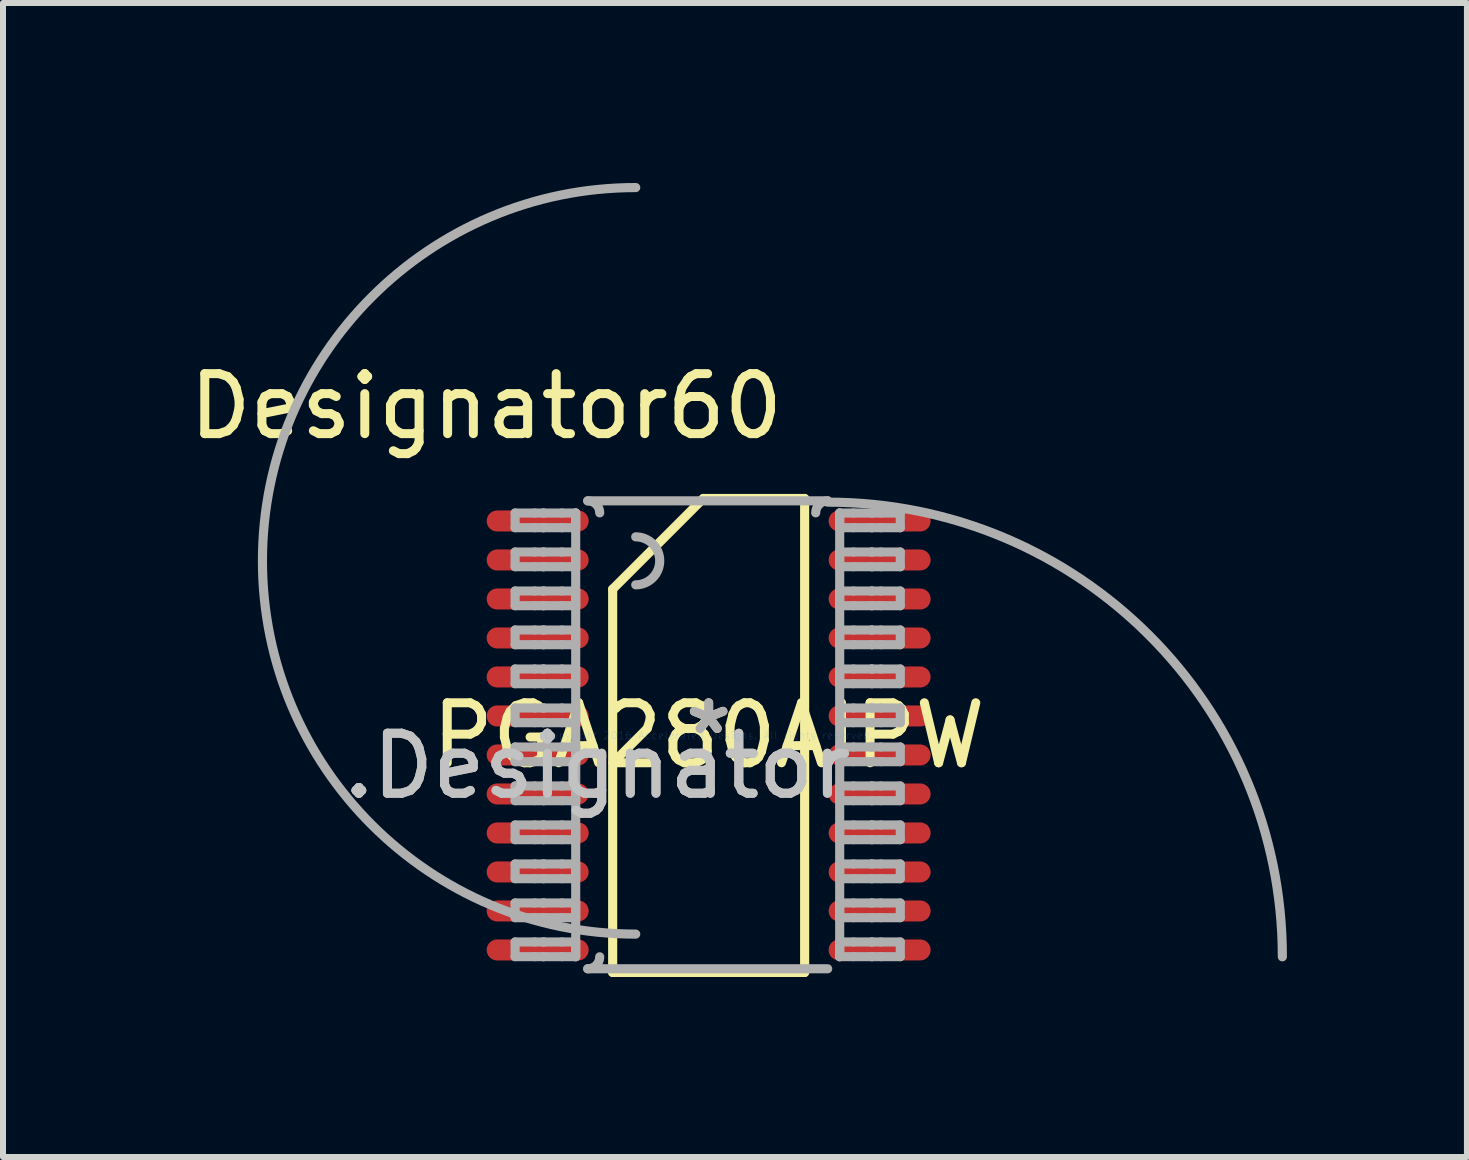
<source format=kicad_pcb>
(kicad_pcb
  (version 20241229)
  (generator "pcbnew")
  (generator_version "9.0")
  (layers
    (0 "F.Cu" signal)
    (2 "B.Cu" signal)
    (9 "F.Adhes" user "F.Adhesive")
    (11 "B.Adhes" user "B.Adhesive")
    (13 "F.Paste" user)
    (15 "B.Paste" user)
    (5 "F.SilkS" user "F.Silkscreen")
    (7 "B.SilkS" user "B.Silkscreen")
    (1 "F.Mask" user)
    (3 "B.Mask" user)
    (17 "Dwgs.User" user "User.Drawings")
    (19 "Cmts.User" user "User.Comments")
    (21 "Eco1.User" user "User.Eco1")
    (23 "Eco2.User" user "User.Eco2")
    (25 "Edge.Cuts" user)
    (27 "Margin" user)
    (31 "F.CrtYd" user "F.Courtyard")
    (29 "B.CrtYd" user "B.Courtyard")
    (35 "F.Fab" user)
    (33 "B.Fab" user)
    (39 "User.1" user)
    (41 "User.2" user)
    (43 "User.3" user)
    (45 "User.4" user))
  (footprint "PGA280AIPW"
    (layer "F.Cu")
    (at 8.762 9.209)
    (property "Reference" "PGA280AIPW" (at 0 0 0) (layer "F.SilkS") (effects (font (size 1 1) (thickness 0.15))))
    (attr through_hole)
    (fp_line (start -1.6 -2.439) (end -0.089 -3.95) (stroke (width 0.152) (type solid)) (layer "F.SilkS"))
    (fp_line (start -1.6 3.95) (end -1.6 -2.439) (stroke (width 0.152) (type solid)) (layer "F.SilkS"))
    (fp_line (start -1.6 3.95) (end 1.6 3.95) (stroke (width 0.152) (type solid)) (layer "F.SilkS"))
    (fp_line (start -0.089 -3.95) (end 1.6 -3.95) (stroke (width 0.152) (type solid)) (layer "F.SilkS"))
    (fp_line (start 1.6 3.95) (end 1.6 -3.95) (stroke (width 0.152) (type solid)) (layer "F.SilkS"))
    (fp_line (start -3.226 -3.708) (end -2.902 -3.708) (stroke (width 0.152) (type solid)) (layer "F.Fab"))
    (fp_line (start -3.226 -3.463) (end -3.226 -3.708) (stroke (width 0.152) (type solid)) (layer "F.Fab"))
    (fp_line (start -3.226 -3.463) (end -2.902 -3.463) (stroke (width 0.152) (type solid)) (layer "F.Fab"))
    (fp_line (start -3.226 -3.058) (end -2.902 -3.058) (stroke (width 0.152) (type solid)) (layer "F.Fab"))
    (fp_line (start -3.226 -2.813) (end -3.226 -3.058) (stroke (width 0.152) (type solid)) (layer "F.Fab"))
    (fp_line (start -3.226 -2.813) (end -2.902 -2.813) (stroke (width 0.152) (type solid)) (layer "F.Fab"))
    (fp_line (start -3.226 -2.408) (end -2.902 -2.408) (stroke (width 0.152) (type solid)) (layer "F.Fab"))
    (fp_line (start -3.226 -2.163) (end -3.226 -2.408) (stroke (width 0.152) (type solid)) (layer "F.Fab"))
    (fp_line (start -3.226 -2.163) (end -2.902 -2.163) (stroke (width 0.152) (type solid)) (layer "F.Fab"))
    (fp_line (start -3.226 -1.758) (end -2.902 -1.758) (stroke (width 0.152) (type solid)) (layer "F.Fab"))
    (fp_line (start -3.226 -1.513) (end -3.226 -1.758) (stroke (width 0.152) (type solid)) (layer "F.Fab"))
    (fp_line (start -3.226 -1.513) (end -2.902 -1.513) (stroke (width 0.152) (type solid)) (layer "F.Fab"))
    (fp_line (start -3.226 -1.108) (end -2.902 -1.108) (stroke (width 0.152) (type solid)) (layer "F.Fab"))
    (fp_line (start -3.226 -0.863) (end -3.226 -1.108) (stroke (width 0.152) (type solid)) (layer "F.Fab"))
    (fp_line (start -3.226 -0.863) (end -2.902 -0.863) (stroke (width 0.152) (type solid)) (layer "F.Fab"))
    (fp_line (start -3.226 -0.458) (end -2.902 -0.458) (stroke (width 0.152) (type solid)) (layer "F.Fab"))
    (fp_line (start -3.226 -0.213) (end -3.226 -0.458) (stroke (width 0.152) (type solid)) (layer "F.Fab"))
    (fp_line (start -3.226 -0.213) (end -2.902 -0.213) (stroke (width 0.152) (type solid)) (layer "F.Fab"))
    (fp_line (start -3.226 0.192) (end -2.902 0.192) (stroke (width 0.152) (type solid)) (layer "F.Fab"))
    (fp_line (start -3.226 0.437) (end -3.226 0.192) (stroke (width 0.152) (type solid)) (layer "F.Fab"))
    (fp_line (start -3.226 0.437) (end -2.902 0.437) (stroke (width 0.152) (type solid)) (layer "F.Fab"))
    (fp_line (start -3.226 0.842) (end -2.902 0.842) (stroke (width 0.152) (type solid)) (layer "F.Fab"))
    (fp_line (start -3.226 1.087) (end -3.226 0.842) (stroke (width 0.152) (type solid)) (layer "F.Fab"))
    (fp_line (start -3.226 1.087) (end -2.902 1.087) (stroke (width 0.152) (type solid)) (layer "F.Fab"))
    (fp_line (start -3.226 1.492) (end -2.902 1.492) (stroke (width 0.152) (type solid)) (layer "F.Fab"))
    (fp_line (start -3.226 1.737) (end -3.226 1.492) (stroke (width 0.152) (type solid)) (layer "F.Fab"))
    (fp_line (start -3.226 1.737) (end -2.902 1.737) (stroke (width 0.152) (type solid)) (layer "F.Fab"))
    (fp_line (start -3.226 2.142) (end -2.902 2.142) (stroke (width 0.152) (type solid)) (layer "F.Fab"))
    (fp_line (start -3.226 2.387) (end -3.226 2.142) (stroke (width 0.152) (type solid)) (layer "F.Fab"))
    (fp_line (start -3.226 2.387) (end -2.902 2.387) (stroke (width 0.152) (type solid)) (layer "F.Fab"))
    (fp_line (start -3.226 2.792) (end -2.902 2.792) (stroke (width 0.152) (type solid)) (layer "F.Fab"))
    (fp_line (start -3.226 3.037) (end -3.226 2.792) (stroke (width 0.152) (type solid)) (layer "F.Fab"))
    (fp_line (start -3.226 3.037) (end -2.902 3.037) (stroke (width 0.152) (type solid)) (layer "F.Fab"))
    (fp_line (start -3.226 3.442) (end -2.902 3.442) (stroke (width 0.152) (type solid)) (layer "F.Fab"))
    (fp_line (start -3.226 3.687) (end -3.226 3.442) (stroke (width 0.152) (type solid)) (layer "F.Fab"))
    (fp_line (start -3.226 3.687) (end -2.902 3.687) (stroke (width 0.152) (type solid)) (layer "F.Fab"))
    (fp_line (start -2.902 -3.708) (end -2.755 -3.708) (stroke (width 0.152) (type solid)) (layer "F.Fab"))
    (fp_line (start -2.902 -3.463) (end -2.755 -3.463) (stroke (width 0.152) (type solid)) (layer "F.Fab"))
    (fp_line (start -2.902 -3.058) (end -2.755 -3.058) (stroke (width 0.152) (type solid)) (layer "F.Fab"))
    (fp_line (start -2.902 -2.813) (end -2.755 -2.813) (stroke (width 0.152) (type solid)) (layer "F.Fab"))
    (fp_line (start -2.902 -2.408) (end -2.755 -2.408) (stroke (width 0.152) (type solid)) (layer "F.Fab"))
    (fp_line (start -2.902 -2.163) (end -2.755 -2.163) (stroke (width 0.152) (type solid)) (layer "F.Fab"))
    (fp_line (start -2.902 -1.758) (end -2.755 -1.758) (stroke (width 0.152) (type solid)) (layer "F.Fab"))
    (fp_line (start -2.902 -1.513) (end -2.755 -1.513) (stroke (width 0.152) (type solid)) (layer "F.Fab"))
    (fp_line (start -2.902 -1.108) (end -2.755 -1.108) (stroke (width 0.152) (type solid)) (layer "F.Fab"))
    (fp_line (start -2.902 -0.863) (end -2.755 -0.863) (stroke (width 0.152) (type solid)) (layer "F.Fab"))
    (fp_line (start -2.902 -0.458) (end -2.755 -0.458) (stroke (width 0.152) (type solid)) (layer "F.Fab"))
    (fp_line (start -2.902 -0.213) (end -2.755 -0.213) (stroke (width 0.152) (type solid)) (layer "F.Fab"))
    (fp_line (start -2.902 0.192) (end -2.755 0.192) (stroke (width 0.152) (type solid)) (layer "F.Fab"))
    (fp_line (start -2.902 0.437) (end -2.755 0.437) (stroke (width 0.152) (type solid)) (layer "F.Fab"))
    (fp_line (start -2.902 0.842) (end -2.755 0.842) (stroke (width 0.152) (type solid)) (layer "F.Fab"))
    (fp_line (start -2.902 1.087) (end -2.755 1.087) (stroke (width 0.152) (type solid)) (layer "F.Fab"))
    (fp_line (start -2.902 1.492) (end -2.755 1.492) (stroke (width 0.152) (type solid)) (layer "F.Fab"))
    (fp_line (start -2.902 1.737) (end -2.755 1.737) (stroke (width 0.152) (type solid)) (layer "F.Fab"))
    (fp_line (start -2.902 2.142) (end -2.755 2.142) (stroke (width 0.152) (type solid)) (layer "F.Fab"))
    (fp_line (start -2.902 2.387) (end -2.755 2.387) (stroke (width 0.152) (type solid)) (layer "F.Fab"))
    (fp_line (start -2.902 2.792) (end -2.755 2.792) (stroke (width 0.152) (type solid)) (layer "F.Fab"))
    (fp_line (start -2.902 3.037) (end -2.755 3.037) (stroke (width 0.152) (type solid)) (layer "F.Fab"))
    (fp_line (start -2.902 3.442) (end -2.755 3.442) (stroke (width 0.152) (type solid)) (layer "F.Fab"))
    (fp_line (start -2.902 3.687) (end -2.755 3.687) (stroke (width 0.152) (type solid)) (layer "F.Fab"))
    (fp_line (start -2.755 -3.708) (end -2.749 -3.708) (stroke (width 0.152) (type solid)) (layer "F.Fab"))
    (fp_line (start -2.755 -3.463) (end -2.749 -3.463) (stroke (width 0.152) (type solid)) (layer "F.Fab"))
    (fp_line (start -2.755 -3.058) (end -2.749 -3.058) (stroke (width 0.152) (type solid)) (layer "F.Fab"))
    (fp_line (start -2.755 -2.813) (end -2.749 -2.813) (stroke (width 0.152) (type solid)) (layer "F.Fab"))
    (fp_line (start -2.755 -2.408) (end -2.749 -2.408) (stroke (width 0.152) (type solid)) (layer "F.Fab"))
    (fp_line (start -2.755 -2.163) (end -2.749 -2.163) (stroke (width 0.152) (type solid)) (layer "F.Fab"))
    (fp_line (start -2.755 -1.758) (end -2.749 -1.758) (stroke (width 0.152) (type solid)) (layer "F.Fab"))
    (fp_line (start -2.755 -1.513) (end -2.749 -1.513) (stroke (width 0.152) (type solid)) (layer "F.Fab"))
    (fp_line (start -2.755 -1.108) (end -2.749 -1.108) (stroke (width 0.152) (type solid)) (layer "F.Fab"))
    (fp_line (start -2.755 -0.863) (end -2.749 -0.863) (stroke (width 0.152) (type solid)) (layer "F.Fab"))
    (fp_line (start -2.755 -0.458) (end -2.749 -0.458) (stroke (width 0.152) (type solid)) (layer "F.Fab"))
    (fp_line (start -2.755 -0.213) (end -2.749 -0.213) (stroke (width 0.152) (type solid)) (layer "F.Fab"))
    (fp_line (start -2.755 0.192) (end -2.749 0.192) (stroke (width 0.152) (type solid)) (layer "F.Fab"))
    (fp_line (start -2.755 0.437) (end -2.749 0.437) (stroke (width 0.152) (type solid)) (layer "F.Fab"))
    (fp_line (start -2.755 0.842) (end -2.749 0.842) (stroke (width 0.152) (type solid)) (layer "F.Fab"))
    (fp_line (start -2.755 1.087) (end -2.749 1.087) (stroke (width 0.152) (type solid)) (layer "F.Fab"))
    (fp_line (start -2.755 1.492) (end -2.749 1.492) (stroke (width 0.152) (type solid)) (layer "F.Fab"))
    (fp_line (start -2.755 1.737) (end -2.749 1.737) (stroke (width 0.152) (type solid)) (layer "F.Fab"))
    (fp_line (start -2.755 2.142) (end -2.749 2.142) (stroke (width 0.152) (type solid)) (layer "F.Fab"))
    (fp_line (start -2.755 2.387) (end -2.749 2.387) (stroke (width 0.152) (type solid)) (layer "F.Fab"))
    (fp_line (start -2.755 2.792) (end -2.749 2.792) (stroke (width 0.152) (type solid)) (layer "F.Fab"))
    (fp_line (start -2.755 3.037) (end -2.749 3.037) (stroke (width 0.152) (type solid)) (layer "F.Fab"))
    (fp_line (start -2.755 3.442) (end -2.749 3.442) (stroke (width 0.152) (type solid)) (layer "F.Fab"))
    (fp_line (start -2.755 3.687) (end -2.749 3.687) (stroke (width 0.152) (type solid)) (layer "F.Fab"))
    (fp_line (start -2.749 -3.708) (end -2.446 -3.708) (stroke (width 0.152) (type solid)) (layer "F.Fab"))
    (fp_line (start -2.749 -3.463) (end -2.446 -3.463) (stroke (width 0.152) (type solid)) (layer "F.Fab"))
    (fp_line (start -2.749 -3.058) (end -2.446 -3.058) (stroke (width 0.152) (type solid)) (layer "F.Fab"))
    (fp_line (start -2.749 -2.813) (end -2.446 -2.813) (stroke (width 0.152) (type solid)) (layer "F.Fab"))
    (fp_line (start -2.749 -2.408) (end -2.446 -2.408) (stroke (width 0.152) (type solid)) (layer "F.Fab"))
    (fp_line (start -2.749 -2.163) (end -2.446 -2.163) (stroke (width 0.152) (type solid)) (layer "F.Fab"))
    (fp_line (start -2.749 -1.758) (end -2.446 -1.758) (stroke (width 0.152) (type solid)) (layer "F.Fab"))
    (fp_line (start -2.749 -1.513) (end -2.446 -1.513) (stroke (width 0.152) (type solid)) (layer "F.Fab"))
    (fp_line (start -2.749 -1.108) (end -2.446 -1.108) (stroke (width 0.152) (type solid)) (layer "F.Fab"))
    (fp_line (start -2.749 -0.863) (end -2.446 -0.863) (stroke (width 0.152) (type solid)) (layer "F.Fab"))
    (fp_line (start -2.749 -0.458) (end -2.446 -0.458) (stroke (width 0.152) (type solid)) (layer "F.Fab"))
    (fp_line (start -2.749 -0.213) (end -2.446 -0.213) (stroke (width 0.152) (type solid)) (layer "F.Fab"))
    (fp_line (start -2.749 0.192) (end -2.446 0.192) (stroke (width 0.152) (type solid)) (layer "F.Fab"))
    (fp_line (start -2.749 0.437) (end -2.446 0.437) (stroke (width 0.152) (type solid)) (layer "F.Fab"))
    (fp_line (start -2.749 0.842) (end -2.446 0.842) (stroke (width 0.152) (type solid)) (layer "F.Fab"))
    (fp_line (start -2.749 1.087) (end -2.446 1.087) (stroke (width 0.152) (type solid)) (layer "F.Fab"))
    (fp_line (start -2.749 1.492) (end -2.446 1.492) (stroke (width 0.152) (type solid)) (layer "F.Fab"))
    (fp_line (start -2.749 1.737) (end -2.446 1.737) (stroke (width 0.152) (type solid)) (layer "F.Fab"))
    (fp_line (start -2.749 2.142) (end -2.446 2.142) (stroke (width 0.152) (type solid)) (layer "F.Fab"))
    (fp_line (start -2.749 2.387) (end -2.446 2.387) (stroke (width 0.152) (type solid)) (layer "F.Fab"))
    (fp_line (start -2.749 2.792) (end -2.446 2.792) (stroke (width 0.152) (type solid)) (layer "F.Fab"))
    (fp_line (start -2.749 3.037) (end -2.446 3.037) (stroke (width 0.152) (type solid)) (layer "F.Fab"))
    (fp_line (start -2.749 3.442) (end -2.446 3.442) (stroke (width 0.152) (type solid)) (layer "F.Fab"))
    (fp_line (start -2.749 3.687) (end -2.446 3.687) (stroke (width 0.152) (type solid)) (layer "F.Fab"))
    (fp_line (start -2.446 -3.708) (end -2.216 -3.708) (stroke (width 0.152) (type solid)) (layer "F.Fab"))
    (fp_line (start -2.446 -3.463) (end -2.216 -3.463) (stroke (width 0.152) (type solid)) (layer "F.Fab"))
    (fp_line (start -2.446 -3.058) (end -2.216 -3.058) (stroke (width 0.152) (type solid)) (layer "F.Fab"))
    (fp_line (start -2.446 -2.813) (end -2.216 -2.813) (stroke (width 0.152) (type solid)) (layer "F.Fab"))
    (fp_line (start -2.446 -2.408) (end -2.216 -2.408) (stroke (width 0.152) (type solid)) (layer "F.Fab"))
    (fp_line (start -2.446 -2.163) (end -2.216 -2.163) (stroke (width 0.152) (type solid)) (layer "F.Fab"))
    (fp_line (start -2.446 -1.758) (end -2.216 -1.758) (stroke (width 0.152) (type solid)) (layer "F.Fab"))
    (fp_line (start -2.446 -1.513) (end -2.216 -1.513) (stroke (width 0.152) (type solid)) (layer "F.Fab"))
    (fp_line (start -2.446 -1.108) (end -2.216 -1.108) (stroke (width 0.152) (type solid)) (layer "F.Fab"))
    (fp_line (start -2.446 -0.863) (end -2.216 -0.863) (stroke (width 0.152) (type solid)) (layer "F.Fab"))
    (fp_line (start -2.446 -0.458) (end -2.216 -0.458) (stroke (width 0.152) (type solid)) (layer "F.Fab"))
    (fp_line (start -2.446 -0.213) (end -2.216 -0.213) (stroke (width 0.152) (type solid)) (layer "F.Fab"))
    (fp_line (start -2.446 0.192) (end -2.216 0.192) (stroke (width 0.152) (type solid)) (layer "F.Fab"))
    (fp_line (start -2.446 0.437) (end -2.216 0.437) (stroke (width 0.152) (type solid)) (layer "F.Fab"))
    (fp_line (start -2.446 0.842) (end -2.216 0.842) (stroke (width 0.152) (type solid)) (layer "F.Fab"))
    (fp_line (start -2.446 1.087) (end -2.216 1.087) (stroke (width 0.152) (type solid)) (layer "F.Fab"))
    (fp_line (start -2.446 1.492) (end -2.216 1.492) (stroke (width 0.152) (type solid)) (layer "F.Fab"))
    (fp_line (start -2.446 1.737) (end -2.216 1.737) (stroke (width 0.152) (type solid)) (layer "F.Fab"))
    (fp_line (start -2.446 2.142) (end -2.216 2.142) (stroke (width 0.152) (type solid)) (layer "F.Fab"))
    (fp_line (start -2.446 2.387) (end -2.216 2.387) (stroke (width 0.152) (type solid)) (layer "F.Fab"))
    (fp_line (start -2.446 2.792) (end -2.216 2.792) (stroke (width 0.152) (type solid)) (layer "F.Fab"))
    (fp_line (start -2.446 3.037) (end -2.216 3.037) (stroke (width 0.152) (type solid)) (layer "F.Fab"))
    (fp_line (start -2.446 3.442) (end -2.216 3.442) (stroke (width 0.152) (type solid)) (layer "F.Fab"))
    (fp_line (start -2.446 3.687) (end -2.216 3.687) (stroke (width 0.152) (type solid)) (layer "F.Fab"))
    (fp_line (start -2.216 -3.463) (end -2.216 -3.708) (stroke (width 0.152) (type solid)) (layer "F.Fab"))
    (fp_line (start -2.216 -2.813) (end -2.216 -3.058) (stroke (width 0.152) (type solid)) (layer "F.Fab"))
    (fp_line (start -2.216 -2.163) (end -2.216 -2.408) (stroke (width 0.152) (type solid)) (layer "F.Fab"))
    (fp_line (start -2.216 -1.513) (end -2.216 -1.758) (stroke (width 0.152) (type solid)) (layer "F.Fab"))
    (fp_line (start -2.216 -0.863) (end -2.216 -1.108) (stroke (width 0.152) (type solid)) (layer "F.Fab"))
    (fp_line (start -2.216 -0.213) (end -2.216 -0.458) (stroke (width 0.152) (type solid)) (layer "F.Fab"))
    (fp_line (start -2.216 0.437) (end -2.216 0.192) (stroke (width 0.152) (type solid)) (layer "F.Fab"))
    (fp_line (start -2.216 1.087) (end -2.216 0.842) (stroke (width 0.152) (type solid)) (layer "F.Fab"))
    (fp_line (start -2.216 1.737) (end -2.216 1.492) (stroke (width 0.152) (type solid)) (layer "F.Fab"))
    (fp_line (start -2.216 2.387) (end -2.216 2.142) (stroke (width 0.152) (type solid)) (layer "F.Fab"))
    (fp_line (start -2.216 3.037) (end -2.216 2.792) (stroke (width 0.152) (type solid)) (layer "F.Fab"))
    (fp_line (start -2.216 3.687) (end -2.216 3.442) (stroke (width 0.152) (type solid)) (layer "F.Fab"))
    (fp_line (start -2.216 3.689) (end -2.216 -3.711) (stroke (width 0.152) (type solid)) (layer "F.Fab"))
    (fp_line (start -2.016 -3.911) (end 1.984 -3.911) (stroke (width 0.152) (type solid)) (layer "F.Fab"))
    (fp_line (start -2.016 3.889) (end 1.984 3.889) (stroke (width 0.152) (type solid)) (layer "F.Fab"))
    (fp_line (start 2.184 -3.708) (end 2.415 -3.708) (stroke (width 0.152) (type solid)) (layer "F.Fab"))
    (fp_line (start 2.184 -3.463) (end 2.184 -3.708) (stroke (width 0.152) (type solid)) (layer "F.Fab"))
    (fp_line (start 2.184 -3.463) (end 2.415 -3.463) (stroke (width 0.152) (type solid)) (layer "F.Fab"))
    (fp_line (start 2.184 -3.058) (end 2.415 -3.058) (stroke (width 0.152) (type solid)) (layer "F.Fab"))
    (fp_line (start 2.184 -2.813) (end 2.184 -3.058) (stroke (width 0.152) (type solid)) (layer "F.Fab"))
    (fp_line (start 2.184 -2.813) (end 2.415 -2.813) (stroke (width 0.152) (type solid)) (layer "F.Fab"))
    (fp_line (start 2.184 -2.408) (end 2.415 -2.408) (stroke (width 0.152) (type solid)) (layer "F.Fab"))
    (fp_line (start 2.184 -2.163) (end 2.184 -2.408) (stroke (width 0.152) (type solid)) (layer "F.Fab"))
    (fp_line (start 2.184 -2.163) (end 2.415 -2.163) (stroke (width 0.152) (type solid)) (layer "F.Fab"))
    (fp_line (start 2.184 -1.758) (end 2.415 -1.758) (stroke (width 0.152) (type solid)) (layer "F.Fab"))
    (fp_line (start 2.184 -1.513) (end 2.184 -1.758) (stroke (width 0.152) (type solid)) (layer "F.Fab"))
    (fp_line (start 2.184 -1.513) (end 2.415 -1.513) (stroke (width 0.152) (type solid)) (layer "F.Fab"))
    (fp_line (start 2.184 -1.108) (end 2.415 -1.108) (stroke (width 0.152) (type solid)) (layer "F.Fab"))
    (fp_line (start 2.184 -0.863) (end 2.184 -1.108) (stroke (width 0.152) (type solid)) (layer "F.Fab"))
    (fp_line (start 2.184 -0.863) (end 2.415 -0.863) (stroke (width 0.152) (type solid)) (layer "F.Fab"))
    (fp_line (start 2.184 -0.458) (end 2.415 -0.458) (stroke (width 0.152) (type solid)) (layer "F.Fab"))
    (fp_line (start 2.184 -0.213) (end 2.184 -0.458) (stroke (width 0.152) (type solid)) (layer "F.Fab"))
    (fp_line (start 2.184 -0.213) (end 2.415 -0.213) (stroke (width 0.152) (type solid)) (layer "F.Fab"))
    (fp_line (start 2.184 0.192) (end 2.415 0.192) (stroke (width 0.152) (type solid)) (layer "F.Fab"))
    (fp_line (start 2.184 0.437) (end 2.184 0.192) (stroke (width 0.152) (type solid)) (layer "F.Fab"))
    (fp_line (start 2.184 0.437) (end 2.415 0.437) (stroke (width 0.152) (type solid)) (layer "F.Fab"))
    (fp_line (start 2.184 0.842) (end 2.415 0.842) (stroke (width 0.152) (type solid)) (layer "F.Fab"))
    (fp_line (start 2.184 1.087) (end 2.184 0.842) (stroke (width 0.152) (type solid)) (layer "F.Fab"))
    (fp_line (start 2.184 1.087) (end 2.415 1.087) (stroke (width 0.152) (type solid)) (layer "F.Fab"))
    (fp_line (start 2.184 1.492) (end 2.415 1.492) (stroke (width 0.152) (type solid)) (layer "F.Fab"))
    (fp_line (start 2.184 1.737) (end 2.184 1.492) (stroke (width 0.152) (type solid)) (layer "F.Fab"))
    (fp_line (start 2.184 1.737) (end 2.415 1.737) (stroke (width 0.152) (type solid)) (layer "F.Fab"))
    (fp_line (start 2.184 2.142) (end 2.415 2.142) (stroke (width 0.152) (type solid)) (layer "F.Fab"))
    (fp_line (start 2.184 2.387) (end 2.184 2.142) (stroke (width 0.152) (type solid)) (layer "F.Fab"))
    (fp_line (start 2.184 2.387) (end 2.415 2.387) (stroke (width 0.152) (type solid)) (layer "F.Fab"))
    (fp_line (start 2.184 2.792) (end 2.415 2.792) (stroke (width 0.152) (type solid)) (layer "F.Fab"))
    (fp_line (start 2.184 3.037) (end 2.184 2.792) (stroke (width 0.152) (type solid)) (layer "F.Fab"))
    (fp_line (start 2.184 3.037) (end 2.415 3.037) (stroke (width 0.152) (type solid)) (layer "F.Fab"))
    (fp_line (start 2.184 3.442) (end 2.415 3.442) (stroke (width 0.152) (type solid)) (layer "F.Fab"))
    (fp_line (start 2.184 3.687) (end 2.184 3.442) (stroke (width 0.152) (type solid)) (layer "F.Fab"))
    (fp_line (start 2.184 3.687) (end 2.415 3.687) (stroke (width 0.152) (type solid)) (layer "F.Fab"))
    (fp_line (start 2.184 3.689) (end 2.184 -3.711) (stroke (width 0.152) (type solid)) (layer "F.Fab"))
    (fp_line (start 2.415 -3.708) (end 2.718 -3.708) (stroke (width 0.152) (type solid)) (layer "F.Fab"))
    (fp_line (start 2.415 -3.463) (end 2.718 -3.463) (stroke (width 0.152) (type solid)) (layer "F.Fab"))
    (fp_line (start 2.415 -3.058) (end 2.718 -3.058) (stroke (width 0.152) (type solid)) (layer "F.Fab"))
    (fp_line (start 2.415 -2.813) (end 2.718 -2.813) (stroke (width 0.152) (type solid)) (layer "F.Fab"))
    (fp_line (start 2.415 -2.408) (end 2.718 -2.408) (stroke (width 0.152) (type solid)) (layer "F.Fab"))
    (fp_line (start 2.415 -2.163) (end 2.718 -2.163) (stroke (width 0.152) (type solid)) (layer "F.Fab"))
    (fp_line (start 2.415 -1.758) (end 2.718 -1.758) (stroke (width 0.152) (type solid)) (layer "F.Fab"))
    (fp_line (start 2.415 -1.513) (end 2.718 -1.513) (stroke (width 0.152) (type solid)) (layer "F.Fab"))
    (fp_line (start 2.415 -1.108) (end 2.718 -1.108) (stroke (width 0.152) (type solid)) (layer "F.Fab"))
    (fp_line (start 2.415 -0.863) (end 2.718 -0.863) (stroke (width 0.152) (type solid)) (layer "F.Fab"))
    (fp_line (start 2.415 -0.458) (end 2.718 -0.458) (stroke (width 0.152) (type solid)) (layer "F.Fab"))
    (fp_line (start 2.415 -0.213) (end 2.718 -0.213) (stroke (width 0.152) (type solid)) (layer "F.Fab"))
    (fp_line (start 2.415 0.192) (end 2.718 0.192) (stroke (width 0.152) (type solid)) (layer "F.Fab"))
    (fp_line (start 2.415 0.437) (end 2.718 0.437) (stroke (width 0.152) (type solid)) (layer "F.Fab"))
    (fp_line (start 2.415 0.842) (end 2.718 0.842) (stroke (width 0.152) (type solid)) (layer "F.Fab"))
    (fp_line (start 2.415 1.087) (end 2.718 1.087) (stroke (width 0.152) (type solid)) (layer "F.Fab"))
    (fp_line (start 2.415 1.492) (end 2.718 1.492) (stroke (width 0.152) (type solid)) (layer "F.Fab"))
    (fp_line (start 2.415 1.737) (end 2.718 1.737) (stroke (width 0.152) (type solid)) (layer "F.Fab"))
    (fp_line (start 2.415 2.142) (end 2.718 2.142) (stroke (width 0.152) (type solid)) (layer "F.Fab"))
    (fp_line (start 2.415 2.387) (end 2.718 2.387) (stroke (width 0.152) (type solid)) (layer "F.Fab"))
    (fp_line (start 2.415 2.792) (end 2.718 2.792) (stroke (width 0.152) (type solid)) (layer "F.Fab"))
    (fp_line (start 2.415 3.037) (end 2.718 3.037) (stroke (width 0.152) (type solid)) (layer "F.Fab"))
    (fp_line (start 2.415 3.442) (end 2.718 3.442) (stroke (width 0.152) (type solid)) (layer "F.Fab"))
    (fp_line (start 2.415 3.687) (end 2.718 3.687) (stroke (width 0.152) (type solid)) (layer "F.Fab"))
    (fp_line (start 2.718 -3.708) (end 2.723 -3.708) (stroke (width 0.152) (type solid)) (layer "F.Fab"))
    (fp_line (start 2.718 -3.463) (end 2.723 -3.463) (stroke (width 0.152) (type solid)) (layer "F.Fab"))
    (fp_line (start 2.718 -3.058) (end 2.723 -3.058) (stroke (width 0.152) (type solid)) (layer "F.Fab"))
    (fp_line (start 2.718 -2.813) (end 2.723 -2.813) (stroke (width 0.152) (type solid)) (layer "F.Fab"))
    (fp_line (start 2.718 -2.408) (end 2.723 -2.408) (stroke (width 0.152) (type solid)) (layer "F.Fab"))
    (fp_line (start 2.718 -2.163) (end 2.723 -2.163) (stroke (width 0.152) (type solid)) (layer "F.Fab"))
    (fp_line (start 2.718 -1.758) (end 2.723 -1.758) (stroke (width 0.152) (type solid)) (layer "F.Fab"))
    (fp_line (start 2.718 -1.513) (end 2.723 -1.513) (stroke (width 0.152) (type solid)) (layer "F.Fab"))
    (fp_line (start 2.718 -1.108) (end 2.723 -1.108) (stroke (width 0.152) (type solid)) (layer "F.Fab"))
    (fp_line (start 2.718 -0.863) (end 2.723 -0.863) (stroke (width 0.152) (type solid)) (layer "F.Fab"))
    (fp_line (start 2.718 -0.458) (end 2.723 -0.458) (stroke (width 0.152) (type solid)) (layer "F.Fab"))
    (fp_line (start 2.718 -0.213) (end 2.723 -0.213) (stroke (width 0.152) (type solid)) (layer "F.Fab"))
    (fp_line (start 2.718 0.192) (end 2.723 0.192) (stroke (width 0.152) (type solid)) (layer "F.Fab"))
    (fp_line (start 2.718 0.437) (end 2.723 0.437) (stroke (width 0.152) (type solid)) (layer "F.Fab"))
    (fp_line (start 2.718 0.842) (end 2.723 0.842) (stroke (width 0.152) (type solid)) (layer "F.Fab"))
    (fp_line (start 2.718 1.087) (end 2.723 1.087) (stroke (width 0.152) (type solid)) (layer "F.Fab"))
    (fp_line (start 2.718 1.492) (end 2.723 1.492) (stroke (width 0.152) (type solid)) (layer "F.Fab"))
    (fp_line (start 2.718 1.737) (end 2.723 1.737) (stroke (width 0.152) (type solid)) (layer "F.Fab"))
    (fp_line (start 2.718 2.142) (end 2.723 2.142) (stroke (width 0.152) (type solid)) (layer "F.Fab"))
    (fp_line (start 2.718 2.387) (end 2.723 2.387) (stroke (width 0.152) (type solid)) (layer "F.Fab"))
    (fp_line (start 2.718 2.792) (end 2.723 2.792) (stroke (width 0.152) (type solid)) (layer "F.Fab"))
    (fp_line (start 2.718 3.037) (end 2.723 3.037) (stroke (width 0.152) (type solid)) (layer "F.Fab"))
    (fp_line (start 2.718 3.442) (end 2.723 3.442) (stroke (width 0.152) (type solid)) (layer "F.Fab"))
    (fp_line (start 2.718 3.687) (end 2.723 3.687) (stroke (width 0.152) (type solid)) (layer "F.Fab"))
    (fp_line (start 2.723 -3.708) (end 2.871 -3.708) (stroke (width 0.152) (type solid)) (layer "F.Fab"))
    (fp_line (start 2.723 -3.463) (end 2.871 -3.463) (stroke (width 0.152) (type solid)) (layer "F.Fab"))
    (fp_line (start 2.723 -3.058) (end 2.871 -3.058) (stroke (width 0.152) (type solid)) (layer "F.Fab"))
    (fp_line (start 2.723 -2.813) (end 2.871 -2.813) (stroke (width 0.152) (type solid)) (layer "F.Fab"))
    (fp_line (start 2.723 -2.408) (end 2.871 -2.408) (stroke (width 0.152) (type solid)) (layer "F.Fab"))
    (fp_line (start 2.723 -2.163) (end 2.871 -2.163) (stroke (width 0.152) (type solid)) (layer "F.Fab"))
    (fp_line (start 2.723 -1.758) (end 2.871 -1.758) (stroke (width 0.152) (type solid)) (layer "F.Fab"))
    (fp_line (start 2.723 -1.513) (end 2.871 -1.513) (stroke (width 0.152) (type solid)) (layer "F.Fab"))
    (fp_line (start 2.723 -1.108) (end 2.871 -1.108) (stroke (width 0.152) (type solid)) (layer "F.Fab"))
    (fp_line (start 2.723 -0.863) (end 2.871 -0.863) (stroke (width 0.152) (type solid)) (layer "F.Fab"))
    (fp_line (start 2.723 -0.458) (end 2.871 -0.458) (stroke (width 0.152) (type solid)) (layer "F.Fab"))
    (fp_line (start 2.723 -0.213) (end 2.871 -0.213) (stroke (width 0.152) (type solid)) (layer "F.Fab"))
    (fp_line (start 2.723 0.192) (end 2.871 0.192) (stroke (width 0.152) (type solid)) (layer "F.Fab"))
    (fp_line (start 2.723 0.437) (end 2.871 0.437) (stroke (width 0.152) (type solid)) (layer "F.Fab"))
    (fp_line (start 2.723 0.842) (end 2.871 0.842) (stroke (width 0.152) (type solid)) (layer "F.Fab"))
    (fp_line (start 2.723 1.087) (end 2.871 1.087) (stroke (width 0.152) (type solid)) (layer "F.Fab"))
    (fp_line (start 2.723 1.492) (end 2.871 1.492) (stroke (width 0.152) (type solid)) (layer "F.Fab"))
    (fp_line (start 2.723 1.737) (end 2.871 1.737) (stroke (width 0.152) (type solid)) (layer "F.Fab"))
    (fp_line (start 2.723 2.142) (end 2.871 2.142) (stroke (width 0.152) (type solid)) (layer "F.Fab"))
    (fp_line (start 2.723 2.387) (end 2.871 2.387) (stroke (width 0.152) (type solid)) (layer "F.Fab"))
    (fp_line (start 2.723 2.792) (end 2.871 2.792) (stroke (width 0.152) (type solid)) (layer "F.Fab"))
    (fp_line (start 2.723 3.037) (end 2.871 3.037) (stroke (width 0.152) (type solid)) (layer "F.Fab"))
    (fp_line (start 2.723 3.442) (end 2.871 3.442) (stroke (width 0.152) (type solid)) (layer "F.Fab"))
    (fp_line (start 2.723 3.687) (end 2.871 3.687) (stroke (width 0.152) (type solid)) (layer "F.Fab"))
    (fp_line (start 2.871 -3.708) (end 3.194 -3.708) (stroke (width 0.152) (type solid)) (layer "F.Fab"))
    (fp_line (start 2.871 -3.463) (end 3.194 -3.463) (stroke (width 0.152) (type solid)) (layer "F.Fab"))
    (fp_line (start 2.871 -3.058) (end 3.194 -3.058) (stroke (width 0.152) (type solid)) (layer "F.Fab"))
    (fp_line (start 2.871 -2.813) (end 3.194 -2.813) (stroke (width 0.152) (type solid)) (layer "F.Fab"))
    (fp_line (start 2.871 -2.408) (end 3.194 -2.408) (stroke (width 0.152) (type solid)) (layer "F.Fab"))
    (fp_line (start 2.871 -2.163) (end 3.194 -2.163) (stroke (width 0.152) (type solid)) (layer "F.Fab"))
    (fp_line (start 2.871 -1.758) (end 3.194 -1.758) (stroke (width 0.152) (type solid)) (layer "F.Fab"))
    (fp_line (start 2.871 -1.513) (end 3.194 -1.513) (stroke (width 0.152) (type solid)) (layer "F.Fab"))
    (fp_line (start 2.871 -1.108) (end 3.194 -1.108) (stroke (width 0.152) (type solid)) (layer "F.Fab"))
    (fp_line (start 2.871 -0.863) (end 3.194 -0.863) (stroke (width 0.152) (type solid)) (layer "F.Fab"))
    (fp_line (start 2.871 -0.458) (end 3.194 -0.458) (stroke (width 0.152) (type solid)) (layer "F.Fab"))
    (fp_line (start 2.871 -0.213) (end 3.194 -0.213) (stroke (width 0.152) (type solid)) (layer "F.Fab"))
    (fp_line (start 2.871 0.192) (end 3.194 0.192) (stroke (width 0.152) (type solid)) (layer "F.Fab"))
    (fp_line (start 2.871 0.437) (end 3.194 0.437) (stroke (width 0.152) (type solid)) (layer "F.Fab"))
    (fp_line (start 2.871 0.842) (end 3.194 0.842) (stroke (width 0.152) (type solid)) (layer "F.Fab"))
    (fp_line (start 2.871 1.087) (end 3.194 1.087) (stroke (width 0.152) (type solid)) (layer "F.Fab"))
    (fp_line (start 2.871 1.492) (end 3.194 1.492) (stroke (width 0.152) (type solid)) (layer "F.Fab"))
    (fp_line (start 2.871 1.737) (end 3.194 1.737) (stroke (width 0.152) (type solid)) (layer "F.Fab"))
    (fp_line (start 2.871 2.142) (end 3.194 2.142) (stroke (width 0.152) (type solid)) (layer "F.Fab"))
    (fp_line (start 2.871 2.387) (end 3.194 2.387) (stroke (width 0.152) (type solid)) (layer "F.Fab"))
    (fp_line (start 2.871 2.792) (end 3.194 2.792) (stroke (width 0.152) (type solid)) (layer "F.Fab"))
    (fp_line (start 2.871 3.037) (end 3.194 3.037) (stroke (width 0.152) (type solid)) (layer "F.Fab"))
    (fp_line (start 2.871 3.442) (end 3.194 3.442) (stroke (width 0.152) (type solid)) (layer "F.Fab"))
    (fp_line (start 2.871 3.687) (end 3.194 3.687) (stroke (width 0.152) (type solid)) (layer "F.Fab"))
    (fp_line (start 3.194 -3.463) (end 3.194 -3.708) (stroke (width 0.152) (type solid)) (layer "F.Fab"))
    (fp_line (start 3.194 -2.813) (end 3.194 -3.058) (stroke (width 0.152) (type solid)) (layer "F.Fab"))
    (fp_line (start 3.194 -2.163) (end 3.194 -2.408) (stroke (width 0.152) (type solid)) (layer "F.Fab"))
    (fp_line (start 3.194 -1.513) (end 3.194 -1.758) (stroke (width 0.152) (type solid)) (layer "F.Fab"))
    (fp_line (start 3.194 -0.863) (end 3.194 -1.108) (stroke (width 0.152) (type solid)) (layer "F.Fab"))
    (fp_line (start 3.194 -0.213) (end 3.194 -0.458) (stroke (width 0.152) (type solid)) (layer "F.Fab"))
    (fp_line (start 3.194 0.437) (end 3.194 0.192) (stroke (width 0.152) (type solid)) (layer "F.Fab"))
    (fp_line (start 3.194 1.087) (end 3.194 0.842) (stroke (width 0.152) (type solid)) (layer "F.Fab"))
    (fp_line (start 3.194 1.737) (end 3.194 1.492) (stroke (width 0.152) (type solid)) (layer "F.Fab"))
    (fp_line (start 3.194 2.387) (end 3.194 2.142) (stroke (width 0.152) (type solid)) (layer "F.Fab"))
    (fp_line (start 3.194 3.037) (end 3.194 2.792) (stroke (width 0.152) (type solid)) (layer "F.Fab"))
    (fp_line (start 3.194 3.687) (end 3.194 3.442) (stroke (width 0.152) (type solid)) (layer "F.Fab"))
    (fp_arc (start -2.015693 -3.910914) (mid -1.874272 -3.852336) (end -1.815694 -3.710915) (stroke (width 0.1524) (type solid)) (layer "F.Fab"))
    (fp_arc (start -1.815694 3.689096) (mid -1.874272 3.830517) (end -2.015693 3.889095) (stroke (width 0.1524) (type solid)) (layer "F.Fab"))
    (fp_arc (start -1.215695 -3.310915) (mid -0.815696 -2.910916) (end -1.215695 -2.510917) (stroke (width 0.1524) (type solid)) (layer "F.Fab"))
    (fp_arc (start -1.215695 3.310915) (mid -7.437526 -2.910916) (end -1.215695 -9.132747) (stroke (width 0.1524) (type solid)) (layer "F.Fab"))
    (fp_arc (start 1.784299 -3.710915) (mid 1.842878 -3.852336) (end 1.984299 -3.910915) (stroke (width 0.1524) (type solid)) (layer "F.Fab"))
    (fp_arc (start 1.984299 -3.889096) (mid 7.34289 -1.669495) (end 9.562491 3.689096) (stroke (width 0.1524) (type solid)) (layer "F.Fab"))
    (fp_text user "Designator60" (at -3.708 -5.486 0) (layer "F.SilkS") (effects (font (size 1 1) (thickness 0.15))))
    (fp_text user "*" (at 0 0 0) (layer "F.SilkS") (effects (font (size 1 1) (thickness 0.15))))
    (fp_text user ".Designator" (at -1.854 0.508 0) (layer "Dwgs.User") (effects (font (size 1 1) (thickness 0.15))))
    (fp_text user "Copyright 2016 Accelerated Designs. All rights reserved." (at 0 0 0) (layer "Cmts.User") (effects (font (size 0.127 0.127) (thickness 0.002))))
    (fp_text user ".Designator" (at -1.854 0.508 0) (layer "F.Fab") (effects (font (size 1 1) (thickness 0.15))))
    (fp_text user "*" (at 0 0 0) (layer "F.Fab") (effects (font (size 1 1) (thickness 0.15))))
    (pad "1" smd oval (at -2.85 -3.575 90) (size 0.35 1.7) (layers "F.Cu" "F.Mask" "F.Paste"))
    (pad "2" smd oval (at -2.85 -2.925 90) (size 0.35 1.7) (layers "F.Cu" "F.Mask" "F.Paste"))
    (pad "3" smd oval (at -2.85 -2.275 90) (size 0.35 1.7) (layers "F.Cu" "F.Mask" "F.Paste"))
    (pad "4" smd oval (at -2.85 -1.625 90) (size 0.35 1.7) (layers "F.Cu" "F.Mask" "F.Paste"))
    (pad "5" smd oval (at -2.85 -0.975 90) (size 0.35 1.7) (layers "F.Cu" "F.Mask" "F.Paste"))
    (pad "6" smd oval (at -2.85 -0.325 90) (size 0.35 1.7) (layers "F.Cu" "F.Mask" "F.Paste"))
    (pad "7" smd oval (at -2.85 0.325 90) (size 0.35 1.7) (layers "F.Cu" "F.Mask" "F.Paste"))
    (pad "8" smd oval (at -2.85 0.975 90) (size 0.35 1.7) (layers "F.Cu" "F.Mask" "F.Paste"))
    (pad "9" smd oval (at -2.85 1.625 90) (size 0.35 1.7) (layers "F.Cu" "F.Mask" "F.Paste"))
    (pad "10" smd oval (at -2.85 2.275 90) (size 0.35 1.7) (layers "F.Cu" "F.Mask" "F.Paste"))
    (pad "11" smd oval (at -2.85 2.925 90) (size 0.35 1.7) (layers "F.Cu" "F.Mask" "F.Paste"))
    (pad "12" smd oval (at -2.85 3.575 90) (size 0.35 1.7) (layers "F.Cu" "F.Mask" "F.Paste"))
    (pad "13" smd oval (at 2.85 3.575 90) (size 0.35 1.7) (layers "F.Cu" "F.Mask" "F.Paste"))
    (pad "14" smd oval (at 2.85 2.925 90) (size 0.35 1.7) (layers "F.Cu" "F.Mask" "F.Paste"))
    (pad "15" smd oval (at 2.85 2.275 90) (size 0.35 1.7) (layers "F.Cu" "F.Mask" "F.Paste"))
    (pad "16" smd oval (at 2.85 1.625 90) (size 0.35 1.7) (layers "F.Cu" "F.Mask" "F.Paste"))
    (pad "17" smd oval (at 2.85 0.975 90) (size 0.35 1.7) (layers "F.Cu" "F.Mask" "F.Paste"))
    (pad "18" smd oval (at 2.85 0.325 90) (size 0.35 1.7) (layers "F.Cu" "F.Mask" "F.Paste"))
    (pad "19" smd oval (at 2.85 -0.325 90) (size 0.35 1.7) (layers "F.Cu" "F.Mask" "F.Paste"))
    (pad "20" smd oval (at 2.85 -0.975 90) (size 0.35 1.7) (layers "F.Cu" "F.Mask" "F.Paste"))
    (pad "21" smd oval (at 2.85 -1.625 90) (size 0.35 1.7) (layers "F.Cu" "F.Mask" "F.Paste"))
    (pad "22" smd oval (at 2.85 -2.275 90) (size 0.35 1.7) (layers "F.Cu" "F.Mask" "F.Paste"))
    (pad "23" smd oval (at 2.85 -2.925 90) (size 0.35 1.7) (layers "F.Cu" "F.Mask" "F.Paste"))
    (pad "24" smd oval (at 2.85 -3.575 90) (size 0.35 1.7) (layers "F.Cu" "F.Mask" "F.Paste")))
  (gr_rect
    (start -3 -3)
    (end 21.401 16.235)
    (stroke (width 0.1) (type default))
    (fill no)
    (layer "Edge.Cuts")))
</source>
